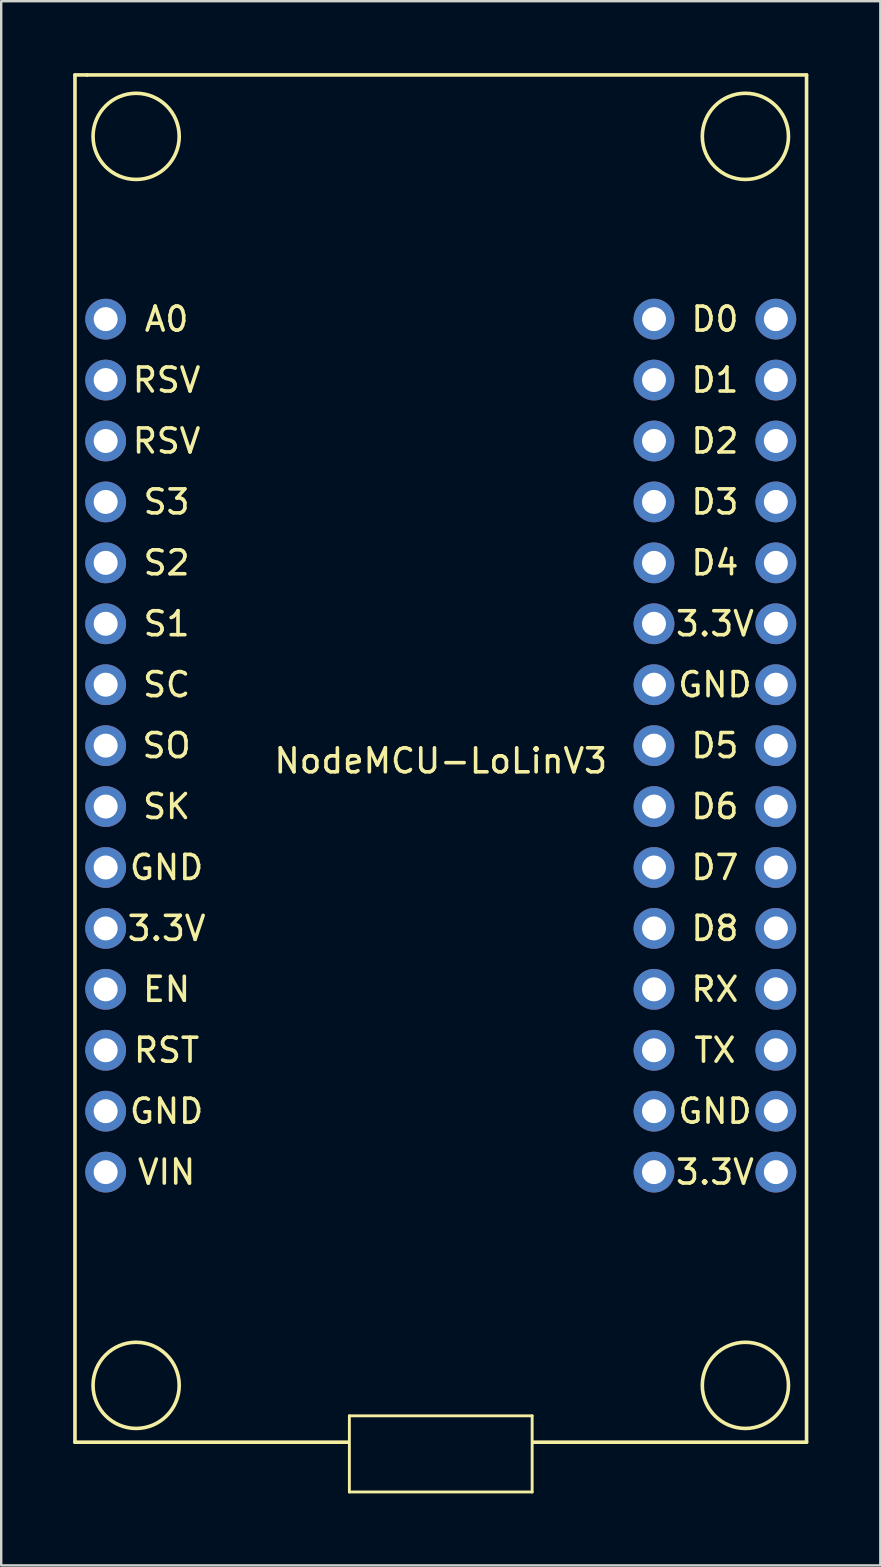
<source format=kicad_pcb>
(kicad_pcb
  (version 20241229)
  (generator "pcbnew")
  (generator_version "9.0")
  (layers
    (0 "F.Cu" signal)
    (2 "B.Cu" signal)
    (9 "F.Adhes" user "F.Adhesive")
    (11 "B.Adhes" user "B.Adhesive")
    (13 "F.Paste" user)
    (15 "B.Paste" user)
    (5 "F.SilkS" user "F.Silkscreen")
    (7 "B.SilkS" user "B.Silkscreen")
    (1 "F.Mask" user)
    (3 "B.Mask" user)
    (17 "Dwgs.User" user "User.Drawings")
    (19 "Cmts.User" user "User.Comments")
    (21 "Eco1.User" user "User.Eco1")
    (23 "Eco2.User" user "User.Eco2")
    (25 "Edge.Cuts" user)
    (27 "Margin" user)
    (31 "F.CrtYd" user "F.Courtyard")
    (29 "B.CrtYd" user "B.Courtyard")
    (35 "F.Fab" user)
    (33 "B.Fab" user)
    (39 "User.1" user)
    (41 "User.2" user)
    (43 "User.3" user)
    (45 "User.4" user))
  (footprint "NodeMCU-LoLinV3"
    (layer "F.Cu")
    (at 15.325 30.575)
    (property "Reference" "NodeMCU-LoLinV3" (at 0 -1.905 0) (layer "F.SilkS") (effects (font (size 1 1) (thickness 0.15))))
    (attr through_hole)
    (fp_line (start -15.25 -30.5) (end -15.25 26.5) (stroke (width 0.15) (type solid)) (layer "F.SilkS"))
    (fp_line (start -15.25 26.5) (end -3.873 26.5) (stroke (width 0.15) (type solid)) (layer "F.SilkS"))
    (fp_line (start -14.75 -30.5) (end -15.25 -30.5) (stroke (width 0.15) (type solid)) (layer "F.SilkS"))
    (fp_line (start -3.81 25.4) (end -3.81 28.575) (stroke (width 0.12) (type solid)) (layer "F.SilkS"))
    (fp_line (start -3.81 28.575) (end 3.81 28.575) (stroke (width 0.12) (type solid)) (layer "F.SilkS"))
    (fp_line (start 3.81 25.4) (end -3.81 25.4) (stroke (width 0.12) (type solid)) (layer "F.SilkS"))
    (fp_line (start 3.81 28.575) (end 3.81 25.4) (stroke (width 0.12) (type solid)) (layer "F.SilkS"))
    (fp_line (start 3.873 26.5) (end 15.25 26.5) (stroke (width 0.15) (type solid)) (layer "F.SilkS"))
    (fp_line (start 15.25 -30.5) (end -14.75 -30.5) (stroke (width 0.15) (type solid)) (layer "F.SilkS"))
    (fp_line (start 15.25 26.5) (end 15.25 -30.5) (stroke (width 0.15) (type solid)) (layer "F.SilkS"))
    (fp_circle (center -12.7 -27.94) (end -11.43 -29.21) (stroke (width 0.15) (type solid)) (fill no) (layer "F.SilkS"))
    (fp_circle (center -12.7 24.13) (end -11.43 22.86) (stroke (width 0.15) (type solid)) (fill no) (layer "F.SilkS"))
    (fp_circle (center 12.7 -27.94) (end 13.97 -29.21) (stroke (width 0.15) (type solid)) (fill no) (layer "F.SilkS"))
    (fp_circle (center 12.7 24.13) (end 13.97 22.86) (stroke (width 0.15) (type solid)) (fill no) (layer "F.SilkS"))
    (fp_text user "S1" (at -11.43 -7.62 0) (layer "F.SilkS") (effects (font (size 1 1) (thickness 0.15))))
    (fp_text user "D8" (at 11.43 5.08 0) (layer "F.SilkS") (effects (font (size 1 1) (thickness 0.15))))
    (fp_text user "SK" (at -11.43 0 0) (layer "F.SilkS") (effects (font (size 1 1) (thickness 0.15))))
    (fp_text user "3.3V" (at 11.43 -7.62 0) (layer "F.SilkS") (effects (font (size 1 1) (thickness 0.15))))
    (fp_text user "GND" (at 11.43 12.7 0) (layer "F.SilkS") (effects (font (size 1 1) (thickness 0.15))))
    (fp_text user "GND" (at -11.43 2.54 0) (layer "F.SilkS") (effects (font (size 1 1) (thickness 0.15))))
    (fp_text user "S3" (at -11.43 -12.7 0) (layer "F.SilkS") (effects (font (size 1 1) (thickness 0.15))))
    (fp_text user "SO" (at -11.43 -2.54 0) (layer "F.SilkS") (effects (font (size 1 1) (thickness 0.15))))
    (fp_text user "TX" (at 11.43 10.16 0) (layer "F.SilkS") (effects (font (size 1 1) (thickness 0.15))))
    (fp_text user "3.3V" (at -11.43 5.08 0) (layer "F.SilkS") (effects (font (size 1 1) (thickness 0.15))))
    (fp_text user "EN" (at -11.43 7.62 0) (layer "F.SilkS") (effects (font (size 1 1) (thickness 0.15))))
    (fp_text user "VIN" (at -11.43 15.24 0) (layer "F.SilkS") (effects (font (size 1 1) (thickness 0.15))))
    (fp_text user "D3" (at 11.43 -12.7 0) (layer "F.SilkS") (effects (font (size 1 1) (thickness 0.15))))
    (fp_text user "RST" (at -11.43 10.16 0) (layer "F.SilkS") (effects (font (size 1 1) (thickness 0.15))))
    (fp_text user "3.3V" (at 11.43 15.24 0) (layer "F.SilkS") (effects (font (size 1 1) (thickness 0.15))))
    (fp_text user "RSV" (at -11.43 -17.78 0) (layer "F.SilkS") (effects (font (size 1 1) (thickness 0.15))))
    (fp_text user "GND" (at 11.43 -5.08 0) (layer "F.SilkS") (effects (font (size 1 1) (thickness 0.15))))
    (fp_text user "D2" (at 11.43 -15.24 0) (layer "F.SilkS") (effects (font (size 1 1) (thickness 0.15))))
    (fp_text user "D5" (at 11.43 -2.54 0) (layer "F.SilkS") (effects (font (size 1 1) (thickness 0.15))))
    (fp_text user "D0" (at 11.43 -20.32 0) (layer "F.SilkS") (effects (font (size 1 1) (thickness 0.15))))
    (fp_text user "SC" (at -11.43 -5.08 0) (layer "F.SilkS") (effects (font (size 1 1) (thickness 0.15))))
    (fp_text user "RSV" (at -11.43 -15.24 0) (layer "F.SilkS") (effects (font (size 1 1) (thickness 0.15))))
    (fp_text user "D6" (at 11.43 0 0) (layer "F.SilkS") (effects (font (size 1 1) (thickness 0.15))))
    (fp_text user "D1" (at 11.43 -17.78 0) (layer "F.SilkS") (effects (font (size 1 1) (thickness 0.15))))
    (fp_text user "GND" (at -11.43 12.7 0) (layer "F.SilkS") (effects (font (size 1 1) (thickness 0.15))))
    (fp_text user "D4" (at 11.43 -10.16 0) (layer "F.SilkS") (effects (font (size 1 1) (thickness 0.15))))
    (fp_text user "A0" (at -11.43 -20.32 0) (layer "F.SilkS") (effects (font (size 1 1) (thickness 0.15))))
    (fp_text user "D7" (at 11.43 2.54 0) (layer "F.SilkS") (effects (font (size 1 1) (thickness 0.15))))
    (fp_text user "RX" (at 11.43 7.62 0) (layer "F.SilkS") (effects (font (size 1 1) (thickness 0.15))))
    (fp_text user "S2" (at -11.43 -10.16 0) (layer "F.SilkS") (effects (font (size 1 1) (thickness 0.15))))
    (pad "1" thru_hole oval (at -13.97 -20.32) (size 1.7 1.7) (drill 1) (layers "*.Cu" "*.Mask"))
    (pad "2" thru_hole oval (at -13.97 -17.78) (size 1.7 1.7) (drill 1) (layers "*.Cu" "*.Mask"))
    (pad "3" thru_hole oval (at -13.97 -15.24) (size 1.7 1.7) (drill 1) (layers "*.Cu" "*.Mask"))
    (pad "4" thru_hole oval (at -13.97 -12.7) (size 1.7 1.7) (drill 1) (layers "*.Cu" "*.Mask"))
    (pad "5" thru_hole oval (at -13.97 -10.16) (size 1.7 1.7) (drill 1) (layers "*.Cu" "*.Mask"))
    (pad "6" thru_hole oval (at -13.97 -7.62) (size 1.7 1.7) (drill 1) (layers "*.Cu" "*.Mask"))
    (pad "7" thru_hole oval (at -13.97 -5.08) (size 1.7 1.7) (drill 1) (layers "*.Cu" "*.Mask"))
    (pad "8" thru_hole oval (at -13.97 -2.54) (size 1.7 1.7) (drill 1) (layers "*.Cu" "*.Mask"))
    (pad "9" thru_hole oval (at -13.97 0) (size 1.7 1.7) (drill 1) (layers "*.Cu" "*.Mask"))
    (pad "10" thru_hole oval (at -13.97 2.54) (size 1.7 1.7) (drill 1) (layers "*.Cu" "*.Mask"))
    (pad "11" thru_hole oval (at -13.97 5.08) (size 1.7 1.7) (drill 1) (layers "*.Cu" "*.Mask"))
    (pad "12" thru_hole oval (at -13.97 7.62) (size 1.7 1.7) (drill 1) (layers "*.Cu" "*.Mask"))
    (pad "13" thru_hole oval (at -13.97 10.16) (size 1.7 1.7) (drill 1) (layers "*.Cu" "*.Mask"))
    (pad "14" thru_hole oval (at -13.97 12.7) (size 1.7 1.7) (drill 1) (layers "*.Cu" "*.Mask"))
    (pad "15" thru_hole oval (at -13.97 15.24) (size 1.7 1.7) (drill 1) (layers "*.Cu" "*.Mask"))
    (pad "16" thru_hole oval (at 8.89 15.24) (size 1.7 1.7) (drill 1) (layers "*.Cu" "*.Mask"))
    (pad "16" thru_hole oval (at 13.97 15.24) (size 1.7 1.7) (drill 1) (layers "*.Cu" "*.Mask"))
    (pad "17" thru_hole oval (at 8.89 12.7) (size 1.7 1.7) (drill 1) (layers "*.Cu" "*.Mask"))
    (pad "17" thru_hole oval (at 13.97 12.7) (size 1.7 1.7) (drill 1) (layers "*.Cu" "*.Mask"))
    (pad "18" thru_hole oval (at 8.89 10.16) (size 1.7 1.7) (drill 1) (layers "*.Cu" "*.Mask"))
    (pad "18" thru_hole oval (at 13.97 10.16) (size 1.7 1.7) (drill 1) (layers "*.Cu" "*.Mask"))
    (pad "19" thru_hole oval (at 8.89 7.62) (size 1.7 1.7) (drill 1) (layers "*.Cu" "*.Mask"))
    (pad "19" thru_hole oval (at 13.97 7.62) (size 1.7 1.7) (drill 1) (layers "*.Cu" "*.Mask"))
    (pad "20" thru_hole oval (at 8.89 5.08) (size 1.7 1.7) (drill 1) (layers "*.Cu" "*.Mask"))
    (pad "20" thru_hole oval (at 13.97 5.08) (size 1.7 1.7) (drill 1) (layers "*.Cu" "*.Mask"))
    (pad "21" thru_hole oval (at 8.89 2.54) (size 1.7 1.7) (drill 1) (layers "*.Cu" "*.Mask"))
    (pad "21" thru_hole oval (at 13.97 2.54) (size 1.7 1.7) (drill 1) (layers "*.Cu" "*.Mask"))
    (pad "22" thru_hole oval (at 8.89 0) (size 1.7 1.7) (drill 1) (layers "*.Cu" "*.Mask"))
    (pad "22" thru_hole oval (at 13.97 0) (size 1.7 1.7) (drill 1) (layers "*.Cu" "*.Mask"))
    (pad "23" thru_hole oval (at 8.89 -2.54) (size 1.7 1.7) (drill 1) (layers "*.Cu" "*.Mask"))
    (pad "23" thru_hole oval (at 13.97 -2.54) (size 1.7 1.7) (drill 1) (layers "*.Cu" "*.Mask"))
    (pad "24" thru_hole oval (at 8.89 -5.08) (size 1.7 1.7) (drill 1) (layers "*.Cu" "*.Mask"))
    (pad "24" thru_hole oval (at 13.97 -5.08) (size 1.7 1.7) (drill 1) (layers "*.Cu" "*.Mask"))
    (pad "25" thru_hole oval (at 8.89 -7.62) (size 1.7 1.7) (drill 1) (layers "*.Cu" "*.Mask"))
    (pad "25" thru_hole oval (at 13.97 -7.62) (size 1.7 1.7) (drill 1) (layers "*.Cu" "*.Mask"))
    (pad "26" thru_hole oval (at 8.89 -10.16) (size 1.7 1.7) (drill 1) (layers "*.Cu" "*.Mask"))
    (pad "26" thru_hole oval (at 13.97 -10.16) (size 1.7 1.7) (drill 1) (layers "*.Cu" "*.Mask"))
    (pad "27" thru_hole oval (at 8.89 -12.7) (size 1.7 1.7) (drill 1) (layers "*.Cu" "*.Mask"))
    (pad "27" thru_hole oval (at 13.97 -12.7) (size 1.7 1.7) (drill 1) (layers "*.Cu" "*.Mask"))
    (pad "28" thru_hole oval (at 8.89 -15.24) (size 1.7 1.7) (drill 1) (layers "*.Cu" "*.Mask"))
    (pad "28" thru_hole oval (at 13.97 -15.24) (size 1.7 1.7) (drill 1) (layers "*.Cu" "*.Mask"))
    (pad "29" thru_hole oval (at 8.89 -17.78) (size 1.7 1.7) (drill 1) (layers "*.Cu" "*.Mask"))
    (pad "29" thru_hole oval (at 13.97 -17.78) (size 1.7 1.7) (drill 1) (layers "*.Cu" "*.Mask"))
    (pad "30" thru_hole oval (at 8.89 -20.32) (size 1.7 1.7) (drill 1) (layers "*.Cu" "*.Mask"))
    (pad "30" thru_hole oval (at 13.97 -20.32) (size 1.7 1.7) (drill 1) (layers "*.Cu" "*.Mask")))
  (gr_rect
    (start -3 -3)
    (end 33.65 62.21)
    (stroke (width 0.1) (type default))
    (fill no)
    (layer "Edge.Cuts")))
</source>
